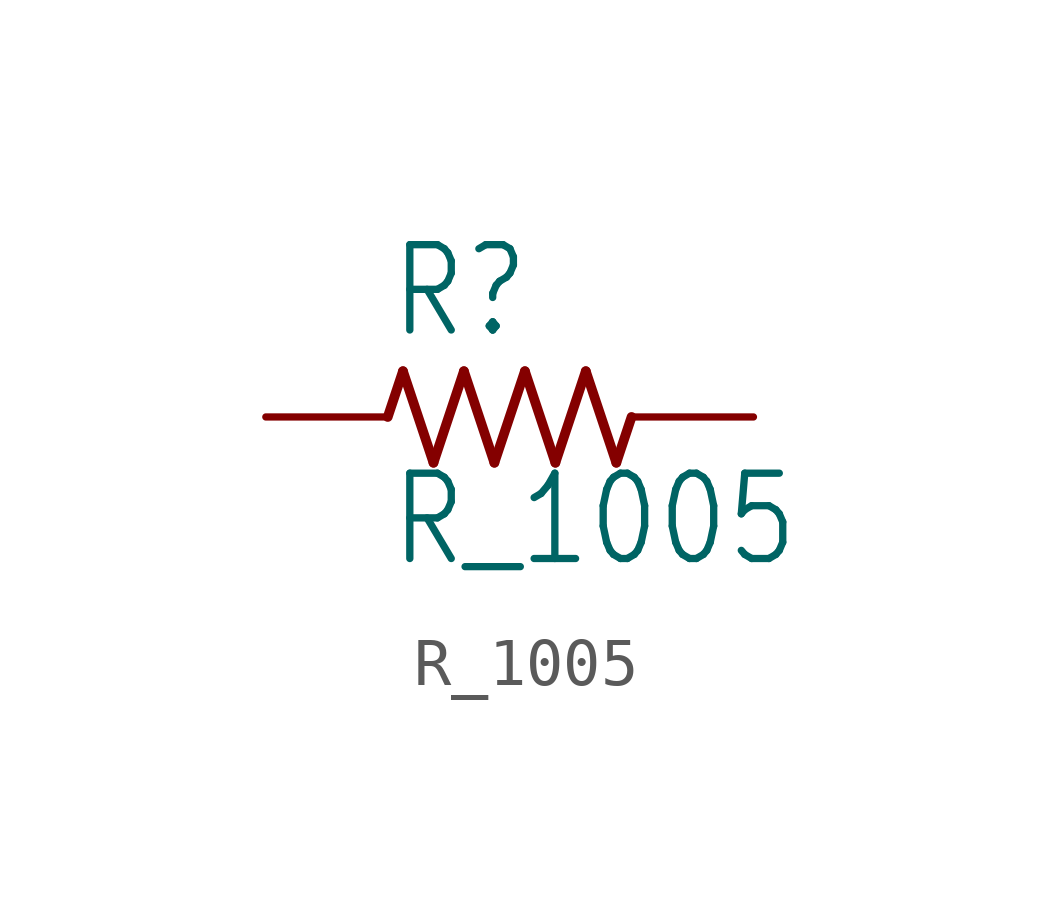
<source format=kicad_sym>
(kicad_symbol_lib
  (version 20220331)
  (generator kicad_symbol_editor)
  (symbol "R_1005"
    (property "Reference" "R"
      (at -2.54 1.587 0)
      (effects (font (size 1.778 1.511)) (justify left bottom)))
    (property "Value" "R_1005"
      (at -2.54 -3.175 0)
      (effects (font (size 1.778 1.511)) (justify left bottom)))
    (property "ki_locked" ""
      (at 0 0 0)
      (effects (font (size 1.27 1.27))))
    (symbol "R_1005_1_0"
      (polyline (pts (xy -2.54 0) (xy -2.223 0.953)) (stroke (width 0.203) (type solid)) (fill (type none)))
      (polyline (pts (xy -2.223 0.953) (xy -1.587 -0.953)) (stroke (width 0.203) (type solid)) (fill (type none)))
      (polyline (pts (xy -1.587 -0.953) (xy -0.953 0.953)) (stroke (width 0.203) (type solid)) (fill (type none)))
      (polyline (pts (xy -0.953 0.953) (xy -0.318 -0.953)) (stroke (width 0.203) (type solid)) (fill (type none)))
      (polyline (pts (xy -0.318 -0.953) (xy 0.318 0.953)) (stroke (width 0.203) (type solid)) (fill (type none)))
      (polyline (pts (xy 0.318 0.953) (xy 0.953 -0.953)) (stroke (width 0.203) (type solid)) (fill (type none)))
      (polyline (pts (xy 0.953 -0.953) (xy 1.587 0.953)) (stroke (width 0.203) (type solid)) (fill (type none)))
      (polyline (pts (xy 1.587 0.953) (xy 2.223 -0.953)) (stroke (width 0.203) (type solid)) (fill (type none)))
      (polyline (pts (xy 2.223 -0.953) (xy 2.54 0)) (stroke (width 0.203) (type solid)) (fill (type none)))
      (pin passive line (at -5.08 0 0) (length 2.54) (name "1" (effects (font (size 0 0)))) (number "1" (effects (font (size 0 0)))))
      (pin passive line (at 5.08 0 180) (length 2.54) (name "2" (effects (font (size 0 0)))) (number "2" (effects (font (size 0 0))))))))
</source>
